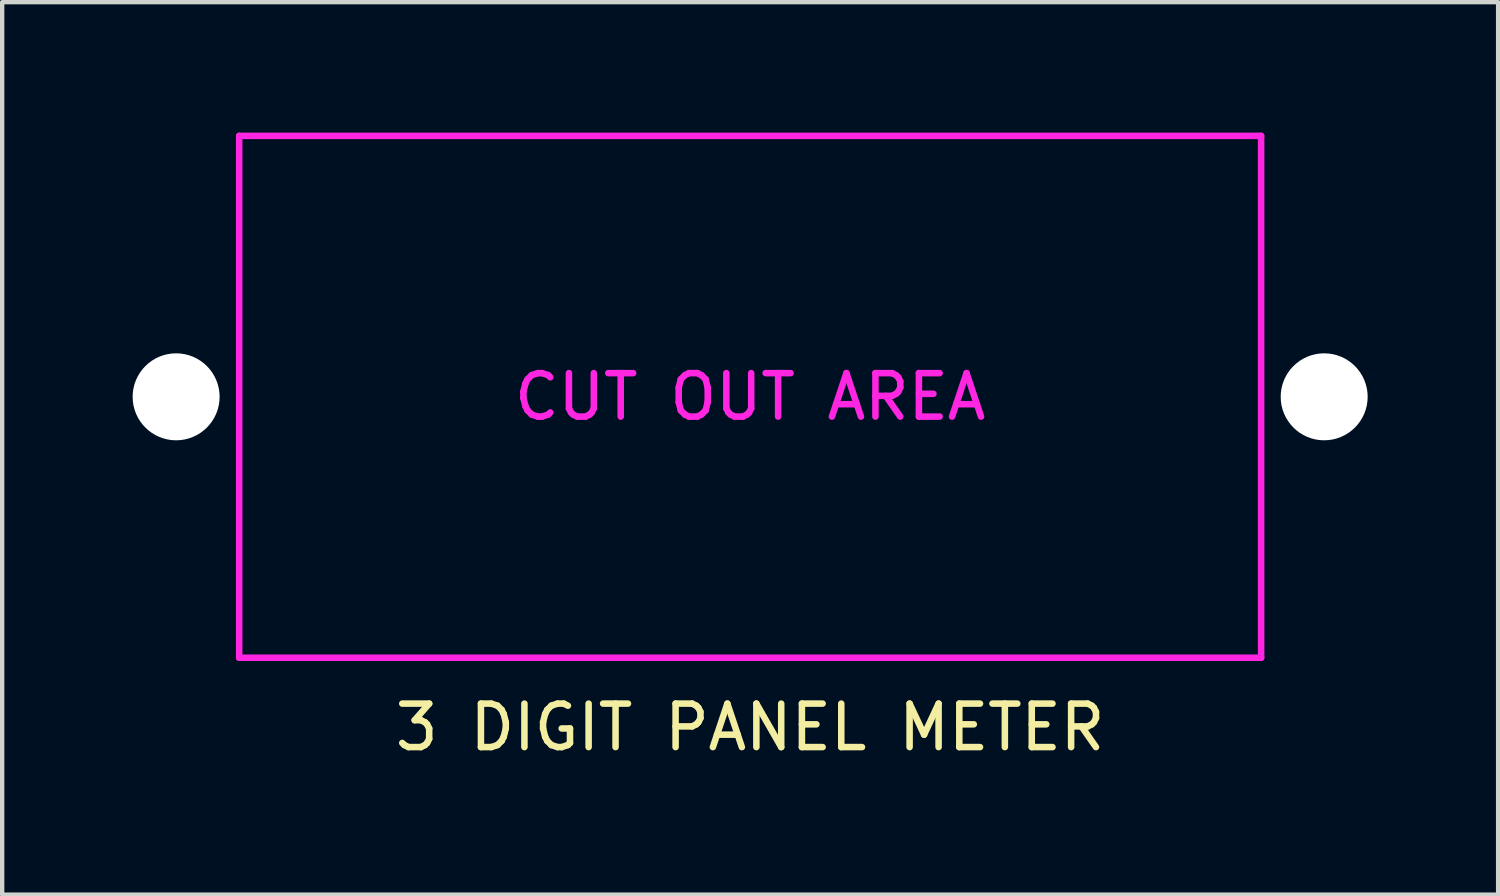
<source format=kicad_pcb>
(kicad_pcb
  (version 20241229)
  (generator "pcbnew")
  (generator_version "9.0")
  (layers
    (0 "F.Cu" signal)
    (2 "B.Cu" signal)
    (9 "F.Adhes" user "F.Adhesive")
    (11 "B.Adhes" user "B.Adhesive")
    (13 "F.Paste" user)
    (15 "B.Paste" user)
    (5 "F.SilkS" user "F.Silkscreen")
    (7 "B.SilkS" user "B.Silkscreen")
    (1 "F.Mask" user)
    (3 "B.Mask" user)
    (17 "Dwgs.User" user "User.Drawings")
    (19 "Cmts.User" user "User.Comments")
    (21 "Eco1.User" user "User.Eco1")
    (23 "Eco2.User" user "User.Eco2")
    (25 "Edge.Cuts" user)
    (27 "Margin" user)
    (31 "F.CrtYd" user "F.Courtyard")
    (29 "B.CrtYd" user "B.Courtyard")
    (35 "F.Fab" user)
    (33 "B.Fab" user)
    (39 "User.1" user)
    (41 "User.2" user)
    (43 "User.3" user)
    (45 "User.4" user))
  (footprint "3 DIGIT PANEL METER"
    (layer "F.Cu")
    (at 14.2 6.075)
    (property "Reference" "3 DIGIT PANEL METER" (at 0 7.6 0) (layer "F.SilkS") (effects (font (size 1 1) (thickness 0.15))))
    (attr through_hole)
    (fp_line (start -11.75 -6) (end -11.75 6) (stroke (width 0.15) (type solid)) (layer "F.CrtYd"))
    (fp_line (start -11.75 6) (end 11.75 6) (stroke (width 0.15) (type solid)) (layer "F.CrtYd"))
    (fp_line (start 11.75 -6) (end -11.75 -6) (stroke (width 0.15) (type solid)) (layer "F.CrtYd"))
    (fp_line (start 11.75 6) (end 11.75 -6) (stroke (width 0.15) (type solid)) (layer "F.CrtYd"))
    (fp_text user "CUT OUT AREA" (at 0 0 0) (layer "F.CrtYd") (effects (font (size 1 1) (thickness 0.15))))
    (pad "" np_thru_hole circle (at -13.2 0) (size 2 2) (drill 2) (layers "*.Cu" "*.Mask"))
    (pad "" np_thru_hole circle (at 13.2 0) (size 2 2) (drill 2) (layers "*.Cu" "*.Mask")))
  (gr_rect
    (start -3 -3)
    (end 31.4 17.523)
    (stroke (width 0.1) (type default))
    (fill no)
    (layer "Edge.Cuts")))
</source>
